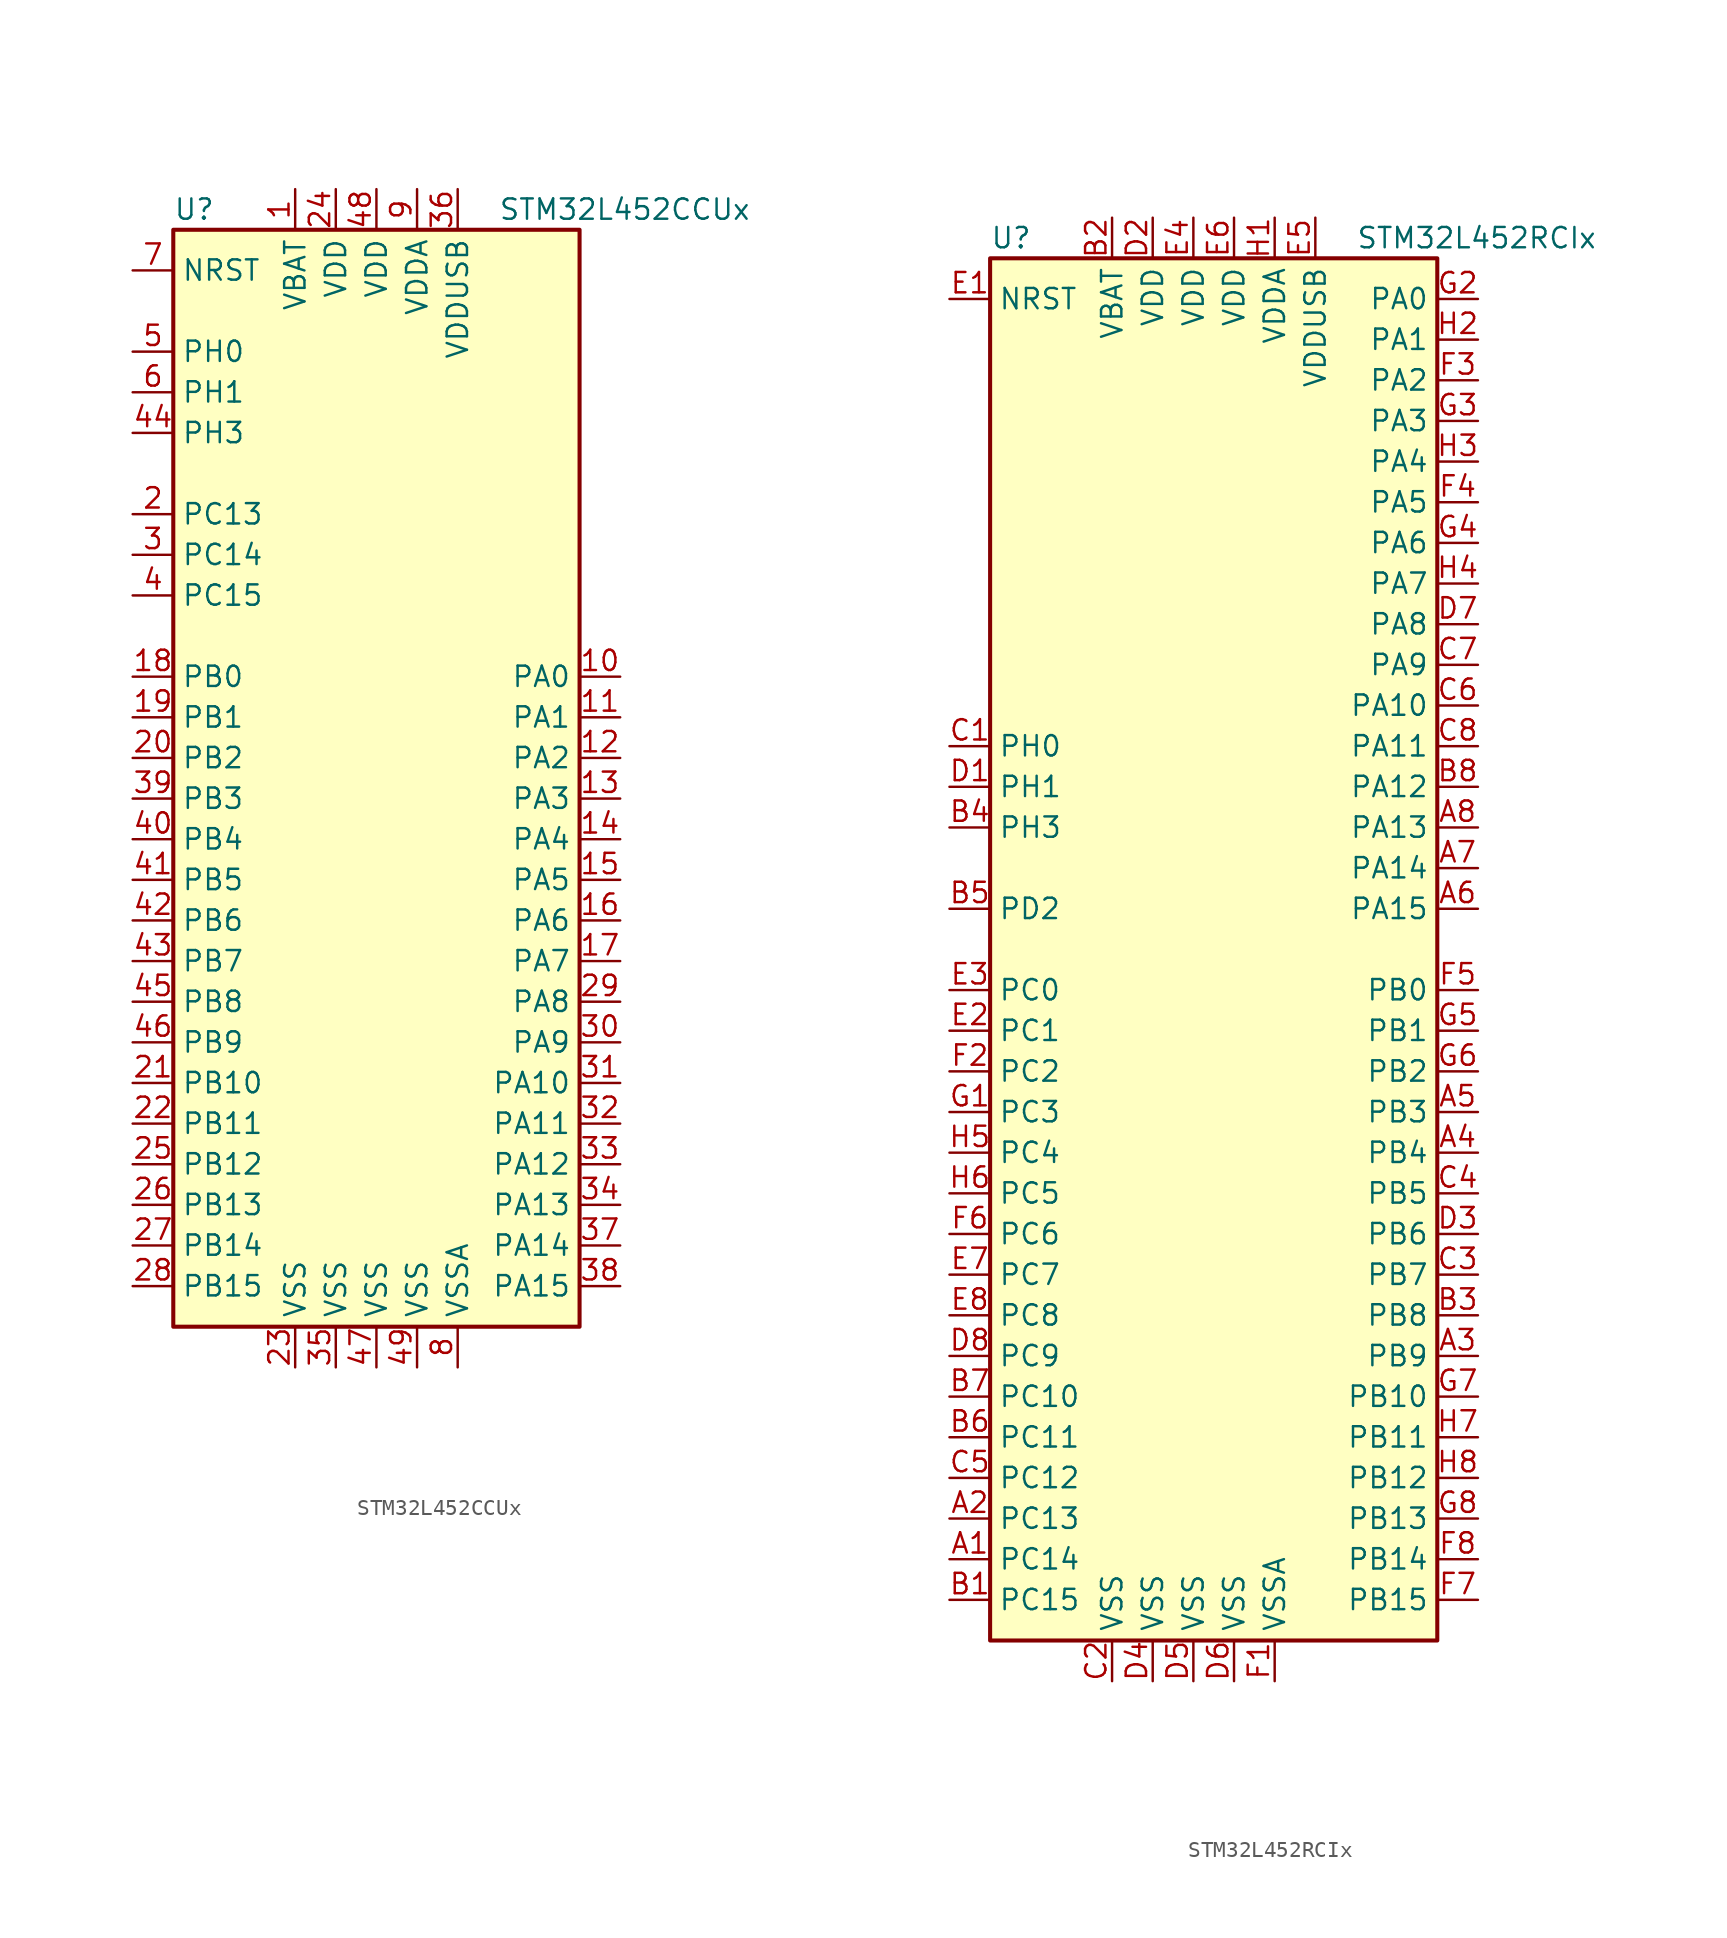
<source format=kicad_sym>
(kicad_symbol_lib
  (version 20201005)
  (generator kicad_symbol_editor)
  (symbol "MCU_ST_STM32L4:STM32L452CCUx"
    (property "Reference" "U"
      (at -12.7 34.29 0)
      (effects (font (size 1.27 1.27)) (justify left)))
    (property "Value" "STM32L452CCUx"
      (at 7.62 34.29 0)
      (effects (font (size 1.27 1.27)) (justify left)))
    (symbol "STM32L452CCUx_0_1"
      (rectangle (start -12.7 -35.56) (end 12.7 33.02) (stroke (width 0.254)) (fill (type background))))
    (symbol "STM32L452CCUx_1_1"
      (pin power_in line (at -5.08 35.56 270) (length 2.54) (name "VBAT" (effects (font (size 1.27 1.27)))) (number "1" (effects (font (size 1.27 1.27)))))
      (pin bidirectional line (at 15.24 5.08 180) (length 2.54) (name "PA0" (effects (font (size 1.27 1.27)))) (number "10" (effects (font (size 1.27 1.27)))))
      (pin bidirectional line (at 15.24 2.54 180) (length 2.54) (name "PA1" (effects (font (size 1.27 1.27)))) (number "11" (effects (font (size 1.27 1.27)))))
      (pin bidirectional line (at 15.24 0 180) (length 2.54) (name "PA2" (effects (font (size 1.27 1.27)))) (number "12" (effects (font (size 1.27 1.27)))))
      (pin bidirectional line (at 15.24 -2.54 180) (length 2.54) (name "PA3" (effects (font (size 1.27 1.27)))) (number "13" (effects (font (size 1.27 1.27)))))
      (pin bidirectional line (at 15.24 -5.08 180) (length 2.54) (name "PA4" (effects (font (size 1.27 1.27)))) (number "14" (effects (font (size 1.27 1.27)))))
      (pin bidirectional line (at 15.24 -7.62 180) (length 2.54) (name "PA5" (effects (font (size 1.27 1.27)))) (number "15" (effects (font (size 1.27 1.27)))))
      (pin bidirectional line (at 15.24 -10.16 180) (length 2.54) (name "PA6" (effects (font (size 1.27 1.27)))) (number "16" (effects (font (size 1.27 1.27)))))
      (pin bidirectional line (at 15.24 -12.7 180) (length 2.54) (name "PA7" (effects (font (size 1.27 1.27)))) (number "17" (effects (font (size 1.27 1.27)))))
      (pin bidirectional line (at -15.24 5.08 0) (length 2.54) (name "PB0" (effects (font (size 1.27 1.27)))) (number "18" (effects (font (size 1.27 1.27)))))
      (pin bidirectional line (at -15.24 2.54 0) (length 2.54) (name "PB1" (effects (font (size 1.27 1.27)))) (number "19" (effects (font (size 1.27 1.27)))))
      (pin bidirectional line (at -15.24 15.24 0) (length 2.54) (name "PC13" (effects (font (size 1.27 1.27)))) (number "2" (effects (font (size 1.27 1.27)))))
      (pin bidirectional line (at -15.24 0 0) (length 2.54) (name "PB2" (effects (font (size 1.27 1.27)))) (number "20" (effects (font (size 1.27 1.27)))))
      (pin bidirectional line (at -15.24 -20.32 0) (length 2.54) (name "PB10" (effects (font (size 1.27 1.27)))) (number "21" (effects (font (size 1.27 1.27)))))
      (pin bidirectional line (at -15.24 -22.86 0) (length 2.54) (name "PB11" (effects (font (size 1.27 1.27)))) (number "22" (effects (font (size 1.27 1.27)))))
      (pin power_in line (at -5.08 -38.1 90) (length 2.54) (name "VSS" (effects (font (size 1.27 1.27)))) (number "23" (effects (font (size 1.27 1.27)))))
      (pin power_in line (at -2.54 35.56 270) (length 2.54) (name "VDD" (effects (font (size 1.27 1.27)))) (number "24" (effects (font (size 1.27 1.27)))))
      (pin bidirectional line (at -15.24 -25.4 0) (length 2.54) (name "PB12" (effects (font (size 1.27 1.27)))) (number "25" (effects (font (size 1.27 1.27)))))
      (pin bidirectional line (at -15.24 -27.94 0) (length 2.54) (name "PB13" (effects (font (size 1.27 1.27)))) (number "26" (effects (font (size 1.27 1.27)))))
      (pin bidirectional line (at -15.24 -30.48 0) (length 2.54) (name "PB14" (effects (font (size 1.27 1.27)))) (number "27" (effects (font (size 1.27 1.27)))))
      (pin bidirectional line (at -15.24 -33.02 0) (length 2.54) (name "PB15" (effects (font (size 1.27 1.27)))) (number "28" (effects (font (size 1.27 1.27)))))
      (pin bidirectional line (at 15.24 -15.24 180) (length 2.54) (name "PA8" (effects (font (size 1.27 1.27)))) (number "29" (effects (font (size 1.27 1.27)))))
      (pin bidirectional line (at -15.24 12.7 0) (length 2.54) (name "PC14" (effects (font (size 1.27 1.27)))) (number "3" (effects (font (size 1.27 1.27)))))
      (pin bidirectional line (at 15.24 -17.78 180) (length 2.54) (name "PA9" (effects (font (size 1.27 1.27)))) (number "30" (effects (font (size 1.27 1.27)))))
      (pin bidirectional line (at 15.24 -20.32 180) (length 2.54) (name "PA10" (effects (font (size 1.27 1.27)))) (number "31" (effects (font (size 1.27 1.27)))))
      (pin bidirectional line (at 15.24 -22.86 180) (length 2.54) (name "PA11" (effects (font (size 1.27 1.27)))) (number "32" (effects (font (size 1.27 1.27)))))
      (pin bidirectional line (at 15.24 -25.4 180) (length 2.54) (name "PA12" (effects (font (size 1.27 1.27)))) (number "33" (effects (font (size 1.27 1.27)))))
      (pin bidirectional line (at 15.24 -27.94 180) (length 2.54) (name "PA13" (effects (font (size 1.27 1.27)))) (number "34" (effects (font (size 1.27 1.27)))))
      (pin power_in line (at -2.54 -38.1 90) (length 2.54) (name "VSS" (effects (font (size 1.27 1.27)))) (number "35" (effects (font (size 1.27 1.27)))))
      (pin power_in line (at 5.08 35.56 270) (length 2.54) (name "VDDUSB" (effects (font (size 1.27 1.27)))) (number "36" (effects (font (size 1.27 1.27)))))
      (pin bidirectional line (at 15.24 -30.48 180) (length 2.54) (name "PA14" (effects (font (size 1.27 1.27)))) (number "37" (effects (font (size 1.27 1.27)))))
      (pin bidirectional line (at 15.24 -33.02 180) (length 2.54) (name "PA15" (effects (font (size 1.27 1.27)))) (number "38" (effects (font (size 1.27 1.27)))))
      (pin bidirectional line (at -15.24 -2.54 0) (length 2.54) (name "PB3" (effects (font (size 1.27 1.27)))) (number "39" (effects (font (size 1.27 1.27)))))
      (pin bidirectional line (at -15.24 10.16 0) (length 2.54) (name "PC15" (effects (font (size 1.27 1.27)))) (number "4" (effects (font (size 1.27 1.27)))))
      (pin bidirectional line (at -15.24 -5.08 0) (length 2.54) (name "PB4" (effects (font (size 1.27 1.27)))) (number "40" (effects (font (size 1.27 1.27)))))
      (pin bidirectional line (at -15.24 -7.62 0) (length 2.54) (name "PB5" (effects (font (size 1.27 1.27)))) (number "41" (effects (font (size 1.27 1.27)))))
      (pin bidirectional line (at -15.24 -10.16 0) (length 2.54) (name "PB6" (effects (font (size 1.27 1.27)))) (number "42" (effects (font (size 1.27 1.27)))))
      (pin bidirectional line (at -15.24 -12.7 0) (length 2.54) (name "PB7" (effects (font (size 1.27 1.27)))) (number "43" (effects (font (size 1.27 1.27)))))
      (pin bidirectional line (at -15.24 20.32 0) (length 2.54) (name "PH3" (effects (font (size 1.27 1.27)))) (number "44" (effects (font (size 1.27 1.27)))))
      (pin bidirectional line (at -15.24 -15.24 0) (length 2.54) (name "PB8" (effects (font (size 1.27 1.27)))) (number "45" (effects (font (size 1.27 1.27)))))
      (pin bidirectional line (at -15.24 -17.78 0) (length 2.54) (name "PB9" (effects (font (size 1.27 1.27)))) (number "46" (effects (font (size 1.27 1.27)))))
      (pin power_in line (at 0 -38.1 90) (length 2.54) (name "VSS" (effects (font (size 1.27 1.27)))) (number "47" (effects (font (size 1.27 1.27)))))
      (pin power_in line (at 0 35.56 270) (length 2.54) (name "VDD" (effects (font (size 1.27 1.27)))) (number "48" (effects (font (size 1.27 1.27)))))
      (pin power_in line (at 2.54 -38.1 90) (length 2.54) (name "VSS" (effects (font (size 1.27 1.27)))) (number "49" (effects (font (size 1.27 1.27)))))
      (pin input line (at -15.24 25.4 0) (length 2.54) (name "PH0" (effects (font (size 1.27 1.27)))) (number "5" (effects (font (size 1.27 1.27)))))
      (pin input line (at -15.24 22.86 0) (length 2.54) (name "PH1" (effects (font (size 1.27 1.27)))) (number "6" (effects (font (size 1.27 1.27)))))
      (pin input line (at -15.24 30.48 0) (length 2.54) (name "NRST" (effects (font (size 1.27 1.27)))) (number "7" (effects (font (size 1.27 1.27)))))
      (pin power_in line (at 5.08 -38.1 90) (length 2.54) (name "VSSA" (effects (font (size 1.27 1.27)))) (number "8" (effects (font (size 1.27 1.27)))))
      (pin power_in line (at 2.54 35.56 270) (length 2.54) (name "VDDA" (effects (font (size 1.27 1.27)))) (number "9" (effects (font (size 1.27 1.27)))))))
  (symbol "MCU_ST_STM32L4:STM32L452RCIx"
    (property "Reference" "U"
      (at -15.24 44.45 0)
      (effects (font (size 1.27 1.27)) (justify left)))
    (property "Value" "STM32L452RCIx"
      (at 7.62 44.45 0)
      (effects (font (size 1.27 1.27)) (justify left)))
    (symbol "STM32L452RCIx_0_1"
      (rectangle (start -15.24 -43.18) (end 12.7 43.18) (stroke (width 0.254)) (fill (type background))))
    (symbol "STM32L452RCIx_1_1"
      (pin bidirectional line (at -17.78 -38.1 0) (length 2.54) (name "PC14" (effects (font (size 1.27 1.27)))) (number "A1" (effects (font (size 1.27 1.27)))))
      (pin bidirectional line (at -17.78 -35.56 0) (length 2.54) (name "PC13" (effects (font (size 1.27 1.27)))) (number "A2" (effects (font (size 1.27 1.27)))))
      (pin bidirectional line (at 15.24 -25.4 180) (length 2.54) (name "PB9" (effects (font (size 1.27 1.27)))) (number "A3" (effects (font (size 1.27 1.27)))))
      (pin bidirectional line (at 15.24 -12.7 180) (length 2.54) (name "PB4" (effects (font (size 1.27 1.27)))) (number "A4" (effects (font (size 1.27 1.27)))))
      (pin bidirectional line (at 15.24 -10.16 180) (length 2.54) (name "PB3" (effects (font (size 1.27 1.27)))) (number "A5" (effects (font (size 1.27 1.27)))))
      (pin bidirectional line (at 15.24 2.54 180) (length 2.54) (name "PA15" (effects (font (size 1.27 1.27)))) (number "A6" (effects (font (size 1.27 1.27)))))
      (pin bidirectional line (at 15.24 5.08 180) (length 2.54) (name "PA14" (effects (font (size 1.27 1.27)))) (number "A7" (effects (font (size 1.27 1.27)))))
      (pin bidirectional line (at 15.24 7.62 180) (length 2.54) (name "PA13" (effects (font (size 1.27 1.27)))) (number "A8" (effects (font (size 1.27 1.27)))))
      (pin bidirectional line (at -17.78 -40.64 0) (length 2.54) (name "PC15" (effects (font (size 1.27 1.27)))) (number "B1" (effects (font (size 1.27 1.27)))))
      (pin power_in line (at -7.62 45.72 270) (length 2.54) (name "VBAT" (effects (font (size 1.27 1.27)))) (number "B2" (effects (font (size 1.27 1.27)))))
      (pin bidirectional line (at 15.24 -22.86 180) (length 2.54) (name "PB8" (effects (font (size 1.27 1.27)))) (number "B3" (effects (font (size 1.27 1.27)))))
      (pin bidirectional line (at -17.78 7.62 0) (length 2.54) (name "PH3" (effects (font (size 1.27 1.27)))) (number "B4" (effects (font (size 1.27 1.27)))))
      (pin bidirectional line (at -17.78 2.54 0) (length 2.54) (name "PD2" (effects (font (size 1.27 1.27)))) (number "B5" (effects (font (size 1.27 1.27)))))
      (pin bidirectional line (at -17.78 -30.48 0) (length 2.54) (name "PC11" (effects (font (size 1.27 1.27)))) (number "B6" (effects (font (size 1.27 1.27)))))
      (pin bidirectional line (at -17.78 -27.94 0) (length 2.54) (name "PC10" (effects (font (size 1.27 1.27)))) (number "B7" (effects (font (size 1.27 1.27)))))
      (pin bidirectional line (at 15.24 10.16 180) (length 2.54) (name "PA12" (effects (font (size 1.27 1.27)))) (number "B8" (effects (font (size 1.27 1.27)))))
      (pin input line (at -17.78 12.7 0) (length 2.54) (name "PH0" (effects (font (size 1.27 1.27)))) (number "C1" (effects (font (size 1.27 1.27)))))
      (pin power_in line (at -7.62 -45.72 90) (length 2.54) (name "VSS" (effects (font (size 1.27 1.27)))) (number "C2" (effects (font (size 1.27 1.27)))))
      (pin bidirectional line (at 15.24 -20.32 180) (length 2.54) (name "PB7" (effects (font (size 1.27 1.27)))) (number "C3" (effects (font (size 1.27 1.27)))))
      (pin bidirectional line (at 15.24 -15.24 180) (length 2.54) (name "PB5" (effects (font (size 1.27 1.27)))) (number "C4" (effects (font (size 1.27 1.27)))))
      (pin bidirectional line (at -17.78 -33.02 0) (length 2.54) (name "PC12" (effects (font (size 1.27 1.27)))) (number "C5" (effects (font (size 1.27 1.27)))))
      (pin bidirectional line (at 15.24 15.24 180) (length 2.54) (name "PA10" (effects (font (size 1.27 1.27)))) (number "C6" (effects (font (size 1.27 1.27)))))
      (pin bidirectional line (at 15.24 17.78 180) (length 2.54) (name "PA9" (effects (font (size 1.27 1.27)))) (number "C7" (effects (font (size 1.27 1.27)))))
      (pin bidirectional line (at 15.24 12.7 180) (length 2.54) (name "PA11" (effects (font (size 1.27 1.27)))) (number "C8" (effects (font (size 1.27 1.27)))))
      (pin input line (at -17.78 10.16 0) (length 2.54) (name "PH1" (effects (font (size 1.27 1.27)))) (number "D1" (effects (font (size 1.27 1.27)))))
      (pin power_in line (at -5.08 45.72 270) (length 2.54) (name "VDD" (effects (font (size 1.27 1.27)))) (number "D2" (effects (font (size 1.27 1.27)))))
      (pin bidirectional line (at 15.24 -17.78 180) (length 2.54) (name "PB6" (effects (font (size 1.27 1.27)))) (number "D3" (effects (font (size 1.27 1.27)))))
      (pin power_in line (at -5.08 -45.72 90) (length 2.54) (name "VSS" (effects (font (size 1.27 1.27)))) (number "D4" (effects (font (size 1.27 1.27)))))
      (pin power_in line (at -2.54 -45.72 90) (length 2.54) (name "VSS" (effects (font (size 1.27 1.27)))) (number "D5" (effects (font (size 1.27 1.27)))))
      (pin power_in line (at 0 -45.72 90) (length 2.54) (name "VSS" (effects (font (size 1.27 1.27)))) (number "D6" (effects (font (size 1.27 1.27)))))
      (pin bidirectional line (at 15.24 20.32 180) (length 2.54) (name "PA8" (effects (font (size 1.27 1.27)))) (number "D7" (effects (font (size 1.27 1.27)))))
      (pin bidirectional line (at -17.78 -25.4 0) (length 2.54) (name "PC9" (effects (font (size 1.27 1.27)))) (number "D8" (effects (font (size 1.27 1.27)))))
      (pin input line (at -17.78 40.64 0) (length 2.54) (name "NRST" (effects (font (size 1.27 1.27)))) (number "E1" (effects (font (size 1.27 1.27)))))
      (pin bidirectional line (at -17.78 -5.08 0) (length 2.54) (name "PC1" (effects (font (size 1.27 1.27)))) (number "E2" (effects (font (size 1.27 1.27)))))
      (pin bidirectional line (at -17.78 -2.54 0) (length 2.54) (name "PC0" (effects (font (size 1.27 1.27)))) (number "E3" (effects (font (size 1.27 1.27)))))
      (pin power_in line (at -2.54 45.72 270) (length 2.54) (name "VDD" (effects (font (size 1.27 1.27)))) (number "E4" (effects (font (size 1.27 1.27)))))
      (pin power_in line (at 5.08 45.72 270) (length 2.54) (name "VDDUSB" (effects (font (size 1.27 1.27)))) (number "E5" (effects (font (size 1.27 1.27)))))
      (pin power_in line (at 0 45.72 270) (length 2.54) (name "VDD" (effects (font (size 1.27 1.27)))) (number "E6" (effects (font (size 1.27 1.27)))))
      (pin bidirectional line (at -17.78 -20.32 0) (length 2.54) (name "PC7" (effects (font (size 1.27 1.27)))) (number "E7" (effects (font (size 1.27 1.27)))))
      (pin bidirectional line (at -17.78 -22.86 0) (length 2.54) (name "PC8" (effects (font (size 1.27 1.27)))) (number "E8" (effects (font (size 1.27 1.27)))))
      (pin power_in line (at 2.54 -45.72 90) (length 2.54) (name "VSSA" (effects (font (size 1.27 1.27)))) (number "F1" (effects (font (size 1.27 1.27)))))
      (pin bidirectional line (at -17.78 -7.62 0) (length 2.54) (name "PC2" (effects (font (size 1.27 1.27)))) (number "F2" (effects (font (size 1.27 1.27)))))
      (pin bidirectional line (at 15.24 35.56 180) (length 2.54) (name "PA2" (effects (font (size 1.27 1.27)))) (number "F3" (effects (font (size 1.27 1.27)))))
      (pin bidirectional line (at 15.24 27.94 180) (length 2.54) (name "PA5" (effects (font (size 1.27 1.27)))) (number "F4" (effects (font (size 1.27 1.27)))))
      (pin bidirectional line (at 15.24 -2.54 180) (length 2.54) (name "PB0" (effects (font (size 1.27 1.27)))) (number "F5" (effects (font (size 1.27 1.27)))))
      (pin bidirectional line (at -17.78 -17.78 0) (length 2.54) (name "PC6" (effects (font (size 1.27 1.27)))) (number "F6" (effects (font (size 1.27 1.27)))))
      (pin bidirectional line (at 15.24 -40.64 180) (length 2.54) (name "PB15" (effects (font (size 1.27 1.27)))) (number "F7" (effects (font (size 1.27 1.27)))))
      (pin bidirectional line (at 15.24 -38.1 180) (length 2.54) (name "PB14" (effects (font (size 1.27 1.27)))) (number "F8" (effects (font (size 1.27 1.27)))))
      (pin bidirectional line (at -17.78 -10.16 0) (length 2.54) (name "PC3" (effects (font (size 1.27 1.27)))) (number "G1" (effects (font (size 1.27 1.27)))))
      (pin bidirectional line (at 15.24 40.64 180) (length 2.54) (name "PA0" (effects (font (size 1.27 1.27)))) (number "G2" (effects (font (size 1.27 1.27)))))
      (pin bidirectional line (at 15.24 33.02 180) (length 2.54) (name "PA3" (effects (font (size 1.27 1.27)))) (number "G3" (effects (font (size 1.27 1.27)))))
      (pin bidirectional line (at 15.24 25.4 180) (length 2.54) (name "PA6" (effects (font (size 1.27 1.27)))) (number "G4" (effects (font (size 1.27 1.27)))))
      (pin bidirectional line (at 15.24 -5.08 180) (length 2.54) (name "PB1" (effects (font (size 1.27 1.27)))) (number "G5" (effects (font (size 1.27 1.27)))))
      (pin bidirectional line (at 15.24 -7.62 180) (length 2.54) (name "PB2" (effects (font (size 1.27 1.27)))) (number "G6" (effects (font (size 1.27 1.27)))))
      (pin bidirectional line (at 15.24 -27.94 180) (length 2.54) (name "PB10" (effects (font (size 1.27 1.27)))) (number "G7" (effects (font (size 1.27 1.27)))))
      (pin bidirectional line (at 15.24 -35.56 180) (length 2.54) (name "PB13" (effects (font (size 1.27 1.27)))) (number "G8" (effects (font (size 1.27 1.27)))))
      (pin power_in line (at 2.54 45.72 270) (length 2.54) (name "VDDA" (effects (font (size 1.27 1.27)))) (number "H1" (effects (font (size 1.27 1.27)))))
      (pin bidirectional line (at 15.24 38.1 180) (length 2.54) (name "PA1" (effects (font (size 1.27 1.27)))) (number "H2" (effects (font (size 1.27 1.27)))))
      (pin bidirectional line (at 15.24 30.48 180) (length 2.54) (name "PA4" (effects (font (size 1.27 1.27)))) (number "H3" (effects (font (size 1.27 1.27)))))
      (pin bidirectional line (at 15.24 22.86 180) (length 2.54) (name "PA7" (effects (font (size 1.27 1.27)))) (number "H4" (effects (font (size 1.27 1.27)))))
      (pin bidirectional line (at -17.78 -12.7 0) (length 2.54) (name "PC4" (effects (font (size 1.27 1.27)))) (number "H5" (effects (font (size 1.27 1.27)))))
      (pin bidirectional line (at -17.78 -15.24 0) (length 2.54) (name "PC5" (effects (font (size 1.27 1.27)))) (number "H6" (effects (font (size 1.27 1.27)))))
      (pin bidirectional line (at 15.24 -30.48 180) (length 2.54) (name "PB11" (effects (font (size 1.27 1.27)))) (number "H7" (effects (font (size 1.27 1.27)))))
      (pin bidirectional line (at 15.24 -33.02 180) (length 2.54) (name "PB12" (effects (font (size 1.27 1.27)))) (number "H8" (effects (font (size 1.27 1.27))))))))
</source>
